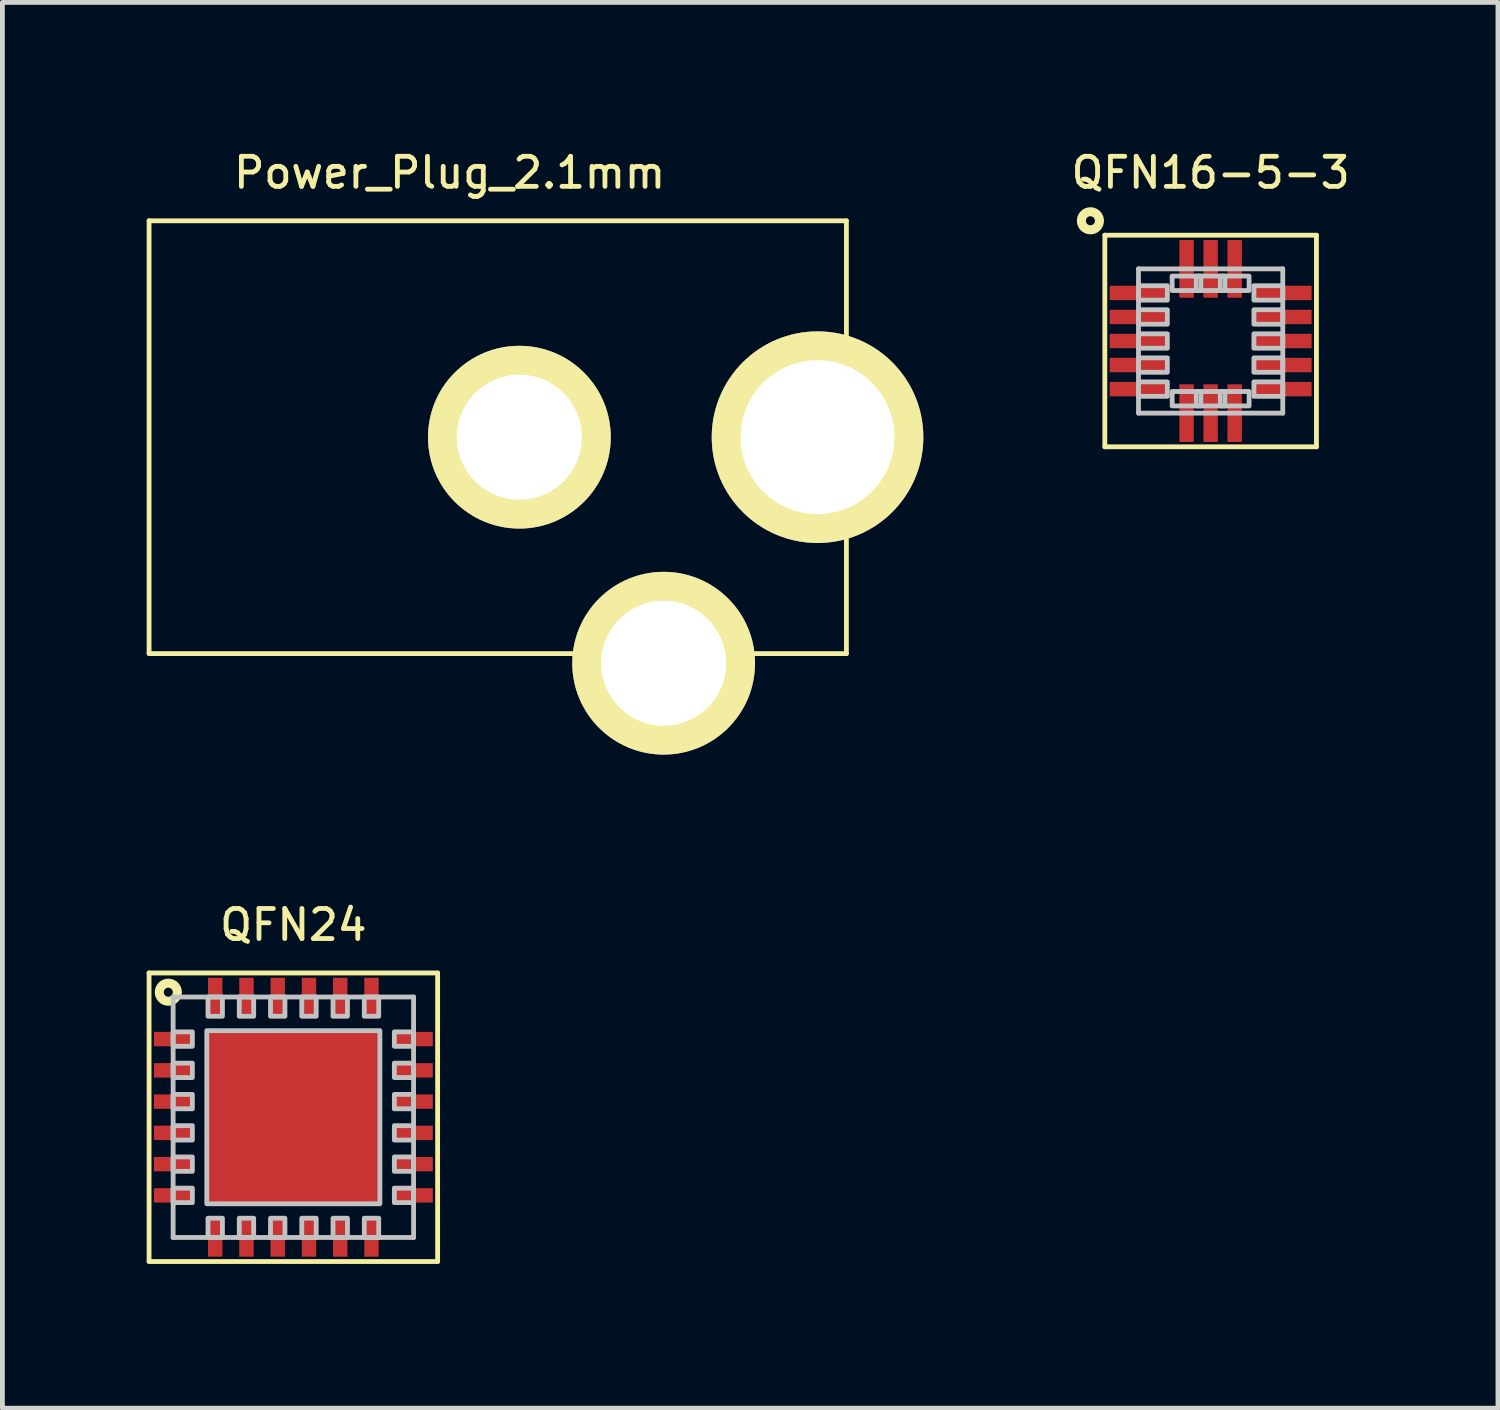
<source format=kicad_pcb>
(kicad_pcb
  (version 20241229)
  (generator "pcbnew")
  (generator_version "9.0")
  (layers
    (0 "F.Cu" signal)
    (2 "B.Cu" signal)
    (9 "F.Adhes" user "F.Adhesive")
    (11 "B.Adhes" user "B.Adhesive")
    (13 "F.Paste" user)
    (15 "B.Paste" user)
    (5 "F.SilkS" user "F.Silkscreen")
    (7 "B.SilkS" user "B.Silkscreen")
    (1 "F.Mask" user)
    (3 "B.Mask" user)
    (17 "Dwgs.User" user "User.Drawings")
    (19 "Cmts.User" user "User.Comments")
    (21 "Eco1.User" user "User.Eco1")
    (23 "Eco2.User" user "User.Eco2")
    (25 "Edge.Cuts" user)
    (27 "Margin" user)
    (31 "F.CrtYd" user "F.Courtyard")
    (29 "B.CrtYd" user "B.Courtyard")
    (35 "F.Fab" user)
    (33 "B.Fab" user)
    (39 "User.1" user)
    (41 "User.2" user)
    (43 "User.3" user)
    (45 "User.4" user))
  (footprint "QFN24"
    (layer "F.Cu")
    (at 3.05 20.182)
    (property "Reference" "QFN24" (at 0 -4 0) (layer "F.SilkS") (effects (font (size 0.625 0.625) (thickness 0.1))))
    (attr through_hole)
    (fp_line (start -3 -3) (end -3 3) (stroke (width 0.1) (type solid)) (layer "F.SilkS"))
    (fp_line (start -3 3) (end 3 3) (stroke (width 0.1) (type solid)) (layer "F.SilkS"))
    (fp_line (start 3 -3) (end -3 -3) (stroke (width 0.1) (type solid)) (layer "F.SilkS"))
    (fp_line (start 3 3) (end 3 -3) (stroke (width 0.1) (type solid)) (layer "F.SilkS"))
    (fp_circle (center -2.6 -2.6) (end -2.467 -2.467) (stroke (width 0.188) (type solid)) (fill no) (layer "F.SilkS"))
    (fp_line (start -2.5 -2.5) (end -2.5 2.5) (stroke (width 0.1) (type solid)) (layer "Dwgs.User"))
    (fp_line (start -2.5 2.5) (end 2.5 2.5) (stroke (width 0.1) (type solid)) (layer "Dwgs.User"))
    (fp_line (start 2.5 -2.5) (end -2.5 -2.5) (stroke (width 0.1) (type solid)) (layer "Dwgs.User"))
    (fp_line (start 2.5 2.5) (end 2.5 -2.5) (stroke (width 0.1) (type solid)) (layer "Dwgs.User"))
    (fp_poly (pts (xy -2.5 -1.775) (xy -2.5 -1.475) (xy -2.1 -1.475) (xy -2.1 -1.775) (xy -2.5 -1.775)) (stroke (width 0.1) (type solid)) (fill no) (layer "Dwgs.User"))
    (fp_poly (pts (xy -2.5 -1.125) (xy -2.5 -0.825) (xy -2.1 -0.825) (xy -2.1 -1.125) (xy -2.5 -1.125)) (stroke (width 0.1) (type solid)) (fill no) (layer "Dwgs.User"))
    (fp_poly (pts (xy -2.5 -0.475) (xy -2.5 -0.175) (xy -2.1 -0.175) (xy -2.1 -0.475) (xy -2.5 -0.475)) (stroke (width 0.1) (type solid)) (fill no) (layer "Dwgs.User"))
    (fp_poly (pts (xy -2.5 0.175) (xy -2.5 0.475) (xy -2.1 0.475) (xy -2.1 0.175) (xy -2.5 0.175)) (stroke (width 0.1) (type solid)) (fill no) (layer "Dwgs.User"))
    (fp_poly (pts (xy -2.5 0.825) (xy -2.5 1.125) (xy -2.1 1.125) (xy -2.1 0.825) (xy -2.5 0.825)) (stroke (width 0.1) (type solid)) (fill no) (layer "Dwgs.User"))
    (fp_poly (pts (xy -2.5 1.475) (xy -2.5 1.775) (xy -2.1 1.775) (xy -2.1 1.475) (xy -2.5 1.475)) (stroke (width 0.1) (type solid)) (fill no) (layer "Dwgs.User"))
    (fp_poly (pts (xy -1.8 -1.8) (xy -1.8 1.8) (xy 1.8 1.8) (xy 1.8 -1.8) (xy -1.8 -1.8)) (stroke (width 0.1) (type solid)) (fill no) (layer "Dwgs.User"))
    (fp_poly (pts (xy -1.775 -2.5) (xy -1.775 -2.1) (xy -1.475 -2.1) (xy -1.475 -2.5) (xy -1.775 -2.5)) (stroke (width 0.1) (type solid)) (fill no) (layer "Dwgs.User"))
    (fp_poly (pts (xy -1.775 2.1) (xy -1.775 2.5) (xy -1.475 2.5) (xy -1.475 2.1) (xy -1.775 2.1)) (stroke (width 0.1) (type solid)) (fill no) (layer "Dwgs.User"))
    (fp_poly (pts (xy -1.125 -2.5) (xy -1.125 -2.1) (xy -0.825 -2.1) (xy -0.825 -2.5) (xy -1.125 -2.5)) (stroke (width 0.1) (type solid)) (fill no) (layer "Dwgs.User"))
    (fp_poly (pts (xy -1.125 2.1) (xy -1.125 2.5) (xy -0.825 2.5) (xy -0.825 2.1) (xy -1.125 2.1)) (stroke (width 0.1) (type solid)) (fill no) (layer "Dwgs.User"))
    (fp_poly (pts (xy -0.475 -2.5) (xy -0.475 -2.1) (xy -0.175 -2.1) (xy -0.175 -2.5) (xy -0.475 -2.5)) (stroke (width 0.1) (type solid)) (fill no) (layer "Dwgs.User"))
    (fp_poly (pts (xy -0.475 2.1) (xy -0.475 2.5) (xy -0.175 2.5) (xy -0.175 2.1) (xy -0.475 2.1)) (stroke (width 0.1) (type solid)) (fill no) (layer "Dwgs.User"))
    (fp_poly (pts (xy 0.175 -2.5) (xy 0.175 -2.1) (xy 0.475 -2.1) (xy 0.475 -2.5) (xy 0.175 -2.5)) (stroke (width 0.1) (type solid)) (fill no) (layer "Dwgs.User"))
    (fp_poly (pts (xy 0.175 2.1) (xy 0.175 2.5) (xy 0.475 2.5) (xy 0.475 2.1) (xy 0.175 2.1)) (stroke (width 0.1) (type solid)) (fill no) (layer "Dwgs.User"))
    (fp_poly (pts (xy 0.825 -2.5) (xy 0.825 -2.1) (xy 1.125 -2.1) (xy 1.125 -2.5) (xy 0.825 -2.5)) (stroke (width 0.1) (type solid)) (fill no) (layer "Dwgs.User"))
    (fp_poly (pts (xy 0.825 2.1) (xy 0.825 2.5) (xy 1.125 2.5) (xy 1.125 2.1) (xy 0.825 2.1)) (stroke (width 0.1) (type solid)) (fill no) (layer "Dwgs.User"))
    (fp_poly (pts (xy 1.475 -2.5) (xy 1.475 -2.1) (xy 1.775 -2.1) (xy 1.775 -2.5) (xy 1.475 -2.5)) (stroke (width 0.1) (type solid)) (fill no) (layer "Dwgs.User"))
    (fp_poly (pts (xy 1.475 2.1) (xy 1.475 2.5) (xy 1.775 2.5) (xy 1.775 2.1) (xy 1.475 2.1)) (stroke (width 0.1) (type solid)) (fill no) (layer "Dwgs.User"))
    (fp_poly (pts (xy 2.1 -1.775) (xy 2.1 -1.475) (xy 2.5 -1.475) (xy 2.5 -1.775) (xy 2.1 -1.775)) (stroke (width 0.1) (type solid)) (fill no) (layer "Dwgs.User"))
    (fp_poly (pts (xy 2.1 -1.125) (xy 2.1 -0.825) (xy 2.5 -0.825) (xy 2.5 -1.125) (xy 2.1 -1.125)) (stroke (width 0.1) (type solid)) (fill no) (layer "Dwgs.User"))
    (fp_poly (pts (xy 2.1 -0.475) (xy 2.1 -0.175) (xy 2.5 -0.175) (xy 2.5 -0.475) (xy 2.1 -0.475)) (stroke (width 0.1) (type solid)) (fill no) (layer "Dwgs.User"))
    (fp_poly (pts (xy 2.1 0.175) (xy 2.1 0.475) (xy 2.5 0.475) (xy 2.5 0.175) (xy 2.1 0.175)) (stroke (width 0.1) (type solid)) (fill no) (layer "Dwgs.User"))
    (fp_poly (pts (xy 2.1 0.825) (xy 2.1 1.125) (xy 2.5 1.125) (xy 2.5 0.825) (xy 2.1 0.825)) (stroke (width 0.1) (type solid)) (fill no) (layer "Dwgs.User"))
    (fp_poly (pts (xy 2.1 1.475) (xy 2.1 1.775) (xy 2.5 1.775) (xy 2.5 1.475) (xy 2.1 1.475)) (stroke (width 0.1) (type solid)) (fill no) (layer "Dwgs.User"))
    (pad "0" smd rect (at 0 0) (size 3.6 3.6) (layers "F.Cu" "F.Mask" "F.Paste"))
    (pad "1" smd rect (at -2.5 -1.625 180) (size 0.8 0.3) (layers "F.Cu" "F.Mask" "F.Paste"))
    (pad "2" smd rect (at -2.5 -0.975 180) (size 0.8 0.3) (layers "F.Cu" "F.Mask" "F.Paste"))
    (pad "3" smd rect (at -2.5 -0.325 180) (size 0.8 0.3) (layers "F.Cu" "F.Mask" "F.Paste"))
    (pad "4" smd rect (at -2.5 0.325 180) (size 0.8 0.3) (layers "F.Cu" "F.Mask" "F.Paste"))
    (pad "5" smd rect (at -2.5 0.975 180) (size 0.8 0.3) (layers "F.Cu" "F.Mask" "F.Paste"))
    (pad "6" smd rect (at -2.5 1.625 180) (size 0.8 0.3) (layers "F.Cu" "F.Mask" "F.Paste"))
    (pad "7" smd rect (at -1.625 2.5 90) (size 0.8 0.3) (layers "F.Cu" "F.Mask" "F.Paste"))
    (pad "8" smd rect (at -0.975 2.5 90) (size 0.8 0.3) (layers "F.Cu" "F.Mask" "F.Paste"))
    (pad "9" smd rect (at -0.325 2.5 90) (size 0.8 0.3) (layers "F.Cu" "F.Mask" "F.Paste"))
    (pad "10" smd rect (at 0.325 2.5 90) (size 0.8 0.3) (layers "F.Cu" "F.Mask" "F.Paste"))
    (pad "11" smd rect (at 0.975 2.5 90) (size 0.8 0.3) (layers "F.Cu" "F.Mask" "F.Paste"))
    (pad "12" smd rect (at 1.625 2.5 90) (size 0.8 0.3) (layers "F.Cu" "F.Mask" "F.Paste"))
    (pad "13" smd rect (at 2.5 1.625) (size 0.8 0.3) (layers "F.Cu" "F.Mask" "F.Paste"))
    (pad "14" smd rect (at 2.5 0.975) (size 0.8 0.3) (layers "F.Cu" "F.Mask" "F.Paste"))
    (pad "15" smd rect (at 2.5 0.325) (size 0.8 0.3) (layers "F.Cu" "F.Mask" "F.Paste"))
    (pad "16" smd rect (at 2.5 -0.325) (size 0.8 0.3) (layers "F.Cu" "F.Mask" "F.Paste"))
    (pad "17" smd rect (at 2.5 -0.975) (size 0.8 0.3) (layers "F.Cu" "F.Mask" "F.Paste"))
    (pad "18" smd rect (at 2.5 -1.625) (size 0.8 0.3) (layers "F.Cu" "F.Mask" "F.Paste"))
    (pad "19" smd rect (at 1.625 -2.5 270) (size 0.8 0.3) (layers "F.Cu" "F.Mask" "F.Paste"))
    (pad "20" smd rect (at 0.975 -2.5 270) (size 0.8 0.3) (layers "F.Cu" "F.Mask" "F.Paste"))
    (pad "21" smd rect (at 0.325 -2.5 270) (size 0.8 0.3) (layers "F.Cu" "F.Mask" "F.Paste"))
    (pad "22" smd rect (at -0.325 -2.5 270) (size 0.8 0.3) (layers "F.Cu" "F.Mask" "F.Paste"))
    (pad "23" smd rect (at -0.975 -2.5 270) (size 0.8 0.3) (layers "F.Cu" "F.Mask" "F.Paste"))
    (pad "24" smd rect (at -1.625 -2.5 270) (size 0.8 0.3) (layers "F.Cu" "F.Mask" "F.Paste")))
  (footprint "Power_Plug_2.1mm"
    (layer "F.Cu")
    (at 7.3 6.041)
    (property "Reference" "Power_Plug_2.1mm" (at -1 -5.5 0) (layer "F.SilkS") (effects (font (size 0.625 0.625) (thickness 0.1))))
    (attr through_hole)
    (fp_line (start -7.25 -4.5) (end -7.25 4.5) (stroke (width 0.1) (type solid)) (layer "F.SilkS"))
    (fp_line (start -7.25 4.5) (end 7.25 4.5) (stroke (width 0.1) (type solid)) (layer "F.SilkS"))
    (fp_line (start 7.25 -4.5) (end -7.25 -4.5) (stroke (width 0.1) (type solid)) (layer "F.SilkS"))
    (fp_line (start 7.25 4.5) (end 7.25 -4.5) (stroke (width 0.1) (type solid)) (layer "F.SilkS"))
    (pad "1" thru_hole circle (at 6.65 0) (size 4.4 4.4) (drill 3.2) (layers "*.Cu" "*.Mask" "F.SilkS"))
    (pad "2" thru_hole circle (at 0.45 0) (size 3.8 3.8) (drill 2.6) (layers "*.Cu" "*.Mask" "F.SilkS"))
    (pad "3" thru_hole circle (at 3.45 4.7) (size 3.8 3.8) (drill 2.6) (layers "*.Cu" "*.Mask" "F.SilkS")))
  (footprint "QFN16-5-3"
    (layer "F.Cu")
    (at 22.124 4.041)
    (property "Reference" "QFN16-5-3" (at 0 -3.5 0) (layer "F.SilkS") (effects (font (size 0.625 0.625) (thickness 0.1))))
    (attr through_hole)
    (fp_line (start -2.2 -2.2) (end -2.2 2.2) (stroke (width 0.1) (type solid)) (layer "F.SilkS"))
    (fp_line (start -2.2 2.2) (end 2.2 2.2) (stroke (width 0.1) (type solid)) (layer "F.SilkS"))
    (fp_line (start 2.2 -2.2) (end -2.2 -2.2) (stroke (width 0.1) (type solid)) (layer "F.SilkS"))
    (fp_line (start 2.2 2.2) (end 2.2 -2.2) (stroke (width 0.1) (type solid)) (layer "F.SilkS"))
    (fp_circle (center -2.5 -2.5) (end -2.367 -2.367) (stroke (width 0.188) (type solid)) (fill no) (layer "F.SilkS"))
    (fp_line (start -1.5 -1.5) (end -1.5 1.5) (stroke (width 0.1) (type solid)) (layer "Dwgs.User"))
    (fp_line (start -1.5 1.5) (end 1.5 1.5) (stroke (width 0.1) (type solid)) (layer "Dwgs.User"))
    (fp_line (start 1.5 -1.5) (end -1.5 -1.5) (stroke (width 0.1) (type solid)) (layer "Dwgs.User"))
    (fp_line (start 1.5 1.5) (end 1.5 -1.5) (stroke (width 0.1) (type solid)) (layer "Dwgs.User"))
    (fp_poly (pts (xy -1.5 -1.15) (xy -1.5 -0.85) (xy -0.9 -0.85) (xy -0.9 -1.15) (xy -1.5 -1.15)) (stroke (width 0.1) (type solid)) (fill no) (layer "Dwgs.User"))
    (fp_poly (pts (xy -1.5 -0.65) (xy -1.5 -0.35) (xy -0.9 -0.35) (xy -0.9 -0.65) (xy -1.5 -0.65)) (stroke (width 0.1) (type solid)) (fill no) (layer "Dwgs.User"))
    (fp_poly (pts (xy -1.5 -0.15) (xy -1.5 0.15) (xy -0.9 0.15) (xy -0.9 -0.15) (xy -1.5 -0.15)) (stroke (width 0.1) (type solid)) (fill no) (layer "Dwgs.User"))
    (fp_poly (pts (xy -1.5 0.35) (xy -1.5 0.65) (xy -0.9 0.65) (xy -0.9 0.35) (xy -1.5 0.35)) (stroke (width 0.1) (type solid)) (fill no) (layer "Dwgs.User"))
    (fp_poly (pts (xy -1.5 0.85) (xy -1.5 1.15) (xy -0.9 1.15) (xy -0.9 0.85) (xy -1.5 0.85)) (stroke (width 0.1) (type solid)) (fill no) (layer "Dwgs.User"))
    (fp_poly (pts (xy -0.8 -1.35) (xy -0.8 -1.05) (xy -0.2 -1.05) (xy -0.2 -1.35) (xy -0.8 -1.35)) (stroke (width 0.1) (type solid)) (fill no) (layer "Dwgs.User"))
    (fp_poly (pts (xy -0.8 1.05) (xy -0.8 1.35) (xy -0.2 1.35) (xy -0.2 1.05) (xy -0.8 1.05)) (stroke (width 0.1) (type solid)) (fill no) (layer "Dwgs.User"))
    (fp_poly (pts (xy -0.3 -1.35) (xy -0.3 -1.05) (xy 0.3 -1.05) (xy 0.3 -1.35) (xy -0.3 -1.35)) (stroke (width 0.1) (type solid)) (fill no) (layer "Dwgs.User"))
    (fp_poly (pts (xy -0.3 1.05) (xy -0.3 1.35) (xy 0.3 1.35) (xy 0.3 1.05) (xy -0.3 1.05)) (stroke (width 0.1) (type solid)) (fill no) (layer "Dwgs.User"))
    (fp_poly (pts (xy 0.2 -1.35) (xy 0.2 -1.05) (xy 0.8 -1.05) (xy 0.8 -1.35) (xy 0.2 -1.35)) (stroke (width 0.1) (type solid)) (fill no) (layer "Dwgs.User"))
    (fp_poly (pts (xy 0.2 1.05) (xy 0.2 1.35) (xy 0.8 1.35) (xy 0.8 1.05) (xy 0.2 1.05)) (stroke (width 0.1) (type solid)) (fill no) (layer "Dwgs.User"))
    (fp_poly (pts (xy 0.9 -1.15) (xy 0.9 -0.85) (xy 1.5 -0.85) (xy 1.5 -1.15) (xy 0.9 -1.15)) (stroke (width 0.1) (type solid)) (fill no) (layer "Dwgs.User"))
    (fp_poly (pts (xy 0.9 -0.65) (xy 0.9 -0.35) (xy 1.5 -0.35) (xy 1.5 -0.65) (xy 0.9 -0.65)) (stroke (width 0.1) (type solid)) (fill no) (layer "Dwgs.User"))
    (fp_poly (pts (xy 0.9 -0.15) (xy 0.9 0.15) (xy 1.5 0.15) (xy 1.5 -0.15) (xy 0.9 -0.15)) (stroke (width 0.1) (type solid)) (fill no) (layer "Dwgs.User"))
    (fp_poly (pts (xy 0.9 0.35) (xy 0.9 0.65) (xy 1.5 0.65) (xy 1.5 0.35) (xy 0.9 0.35)) (stroke (width 0.1) (type solid)) (fill no) (layer "Dwgs.User"))
    (fp_poly (pts (xy 0.9 0.85) (xy 0.9 1.15) (xy 1.5 1.15) (xy 1.5 0.85) (xy 0.9 0.85)) (stroke (width 0.1) (type solid)) (fill no) (layer "Dwgs.User"))
    (pad "1" smd rect (at -1.5 -1 180) (size 1.2 0.3) (layers "F.Cu" "F.Mask" "F.Paste"))
    (pad "2" smd rect (at -1.5 -0.5 180) (size 1.2 0.3) (layers "F.Cu" "F.Mask" "F.Paste"))
    (pad "3" smd rect (at -1.5 0 180) (size 1.2 0.3) (layers "F.Cu" "F.Mask" "F.Paste"))
    (pad "4" smd rect (at -1.5 0.5 180) (size 1.2 0.3) (layers "F.Cu" "F.Mask" "F.Paste"))
    (pad "5" smd rect (at -1.5 1 180) (size 1.2 0.3) (layers "F.Cu" "F.Mask" "F.Paste"))
    (pad "6" smd rect (at -0.5 1.5 270) (size 1.2 0.3) (layers "F.Cu" "F.Mask" "F.Paste"))
    (pad "7" smd rect (at 0 1.5 270) (size 1.2 0.3) (layers "F.Cu" "F.Mask" "F.Paste"))
    (pad "8" smd rect (at 0.5 1.5 270) (size 1.2 0.3) (layers "F.Cu" "F.Mask" "F.Paste"))
    (pad "9" smd rect (at 1.5 1) (size 1.2 0.3) (layers "F.Cu" "F.Mask" "F.Paste"))
    (pad "10" smd rect (at 1.5 0.5) (size 1.2 0.3) (layers "F.Cu" "F.Mask" "F.Paste"))
    (pad "11" smd rect (at 1.5 0) (size 1.2 0.3) (layers "F.Cu" "F.Mask" "F.Paste"))
    (pad "12" smd rect (at 1.5 -0.5) (size 1.2 0.3) (layers "F.Cu" "F.Mask" "F.Paste"))
    (pad "13" smd rect (at 1.5 -1) (size 1.2 0.3) (layers "F.Cu" "F.Mask" "F.Paste"))
    (pad "14" smd rect (at 0.5 -1.5 90) (size 1.2 0.3) (layers "F.Cu" "F.Mask" "F.Paste"))
    (pad "15" smd rect (at 0 -1.5 90) (size 1.2 0.3) (layers "F.Cu" "F.Mask" "F.Paste"))
    (pad "16" smd rect (at -0.5 -1.5 90) (size 1.2 0.3) (layers "F.Cu" "F.Mask" "F.Paste")))
  (gr_rect
    (start -3 -3)
    (end 28.099 26.232)
    (stroke (width 0.1) (type default))
    (fill no)
    (layer "Edge.Cuts")))
</source>
